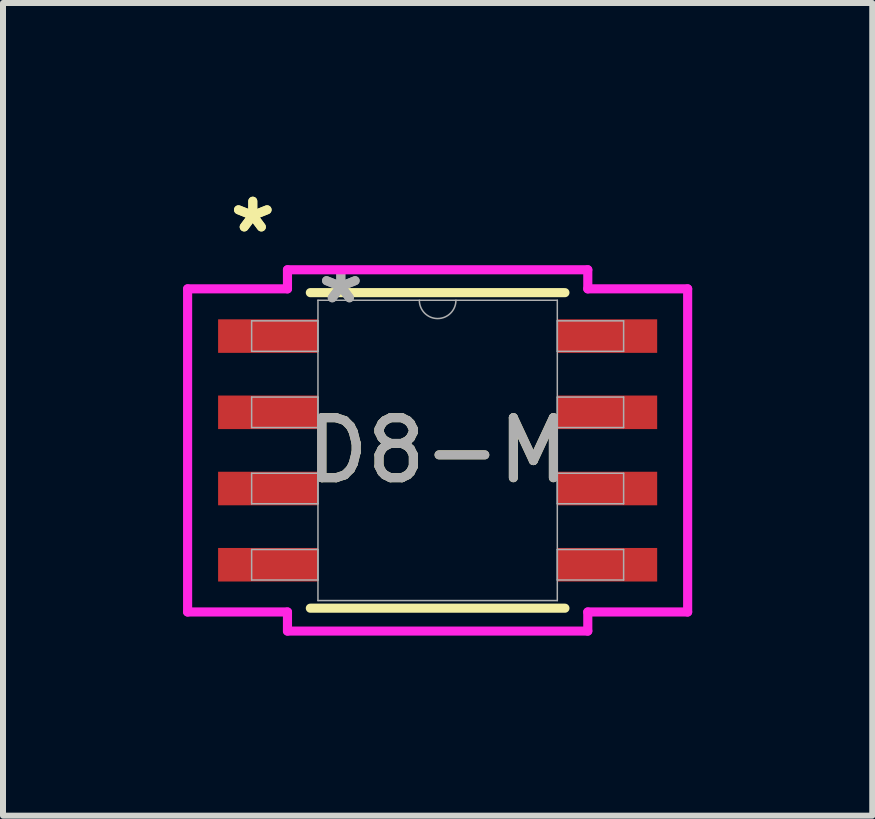
<source format=kicad_pcb>
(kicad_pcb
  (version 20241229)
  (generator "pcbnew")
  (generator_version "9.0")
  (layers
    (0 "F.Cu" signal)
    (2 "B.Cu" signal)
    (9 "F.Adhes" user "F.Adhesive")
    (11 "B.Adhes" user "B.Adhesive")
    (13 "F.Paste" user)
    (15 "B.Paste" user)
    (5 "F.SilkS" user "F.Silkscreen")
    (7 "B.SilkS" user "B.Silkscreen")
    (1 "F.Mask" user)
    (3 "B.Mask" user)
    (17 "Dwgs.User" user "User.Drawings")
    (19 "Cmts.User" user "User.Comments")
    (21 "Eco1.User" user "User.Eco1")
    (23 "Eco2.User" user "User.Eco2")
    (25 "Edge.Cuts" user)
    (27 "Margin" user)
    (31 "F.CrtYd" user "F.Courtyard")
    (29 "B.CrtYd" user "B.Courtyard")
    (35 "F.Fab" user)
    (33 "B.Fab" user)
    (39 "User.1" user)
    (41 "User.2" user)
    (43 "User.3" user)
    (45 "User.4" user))
  (footprint "D8-M"
    (layer "F.Cu")
    (at 4.242 4.455)
    (property "Reference" "D8-M" (at 0 0 0) (unlocked yes) (layer "F.SilkS") (effects (font (size 1 1) (thickness 0.15))))
    (attr smd)
    (fp_line (start -2.121 2.629) (end 2.121 2.629) (stroke (width 0.152) (type solid)) (layer "F.SilkS"))
    (fp_line (start 2.121 -2.629) (end -2.121 -2.629) (stroke (width 0.152) (type solid)) (layer "F.SilkS"))
    (fp_line (start -4.166 -2.692) (end -2.502 -2.692) (stroke (width 0.152) (type solid)) (layer "F.CrtYd"))
    (fp_line (start -4.166 2.692) (end -4.166 -2.692) (stroke (width 0.152) (type solid)) (layer "F.CrtYd"))
    (fp_line (start -4.166 2.692) (end -2.502 2.692) (stroke (width 0.152) (type solid)) (layer "F.CrtYd"))
    (fp_line (start -2.502 -3.01) (end 2.502 -3.01) (stroke (width 0.152) (type solid)) (layer "F.CrtYd"))
    (fp_line (start -2.502 -2.692) (end -2.502 -3.01) (stroke (width 0.152) (type solid)) (layer "F.CrtYd"))
    (fp_line (start -2.502 3.01) (end -2.502 2.692) (stroke (width 0.152) (type solid)) (layer "F.CrtYd"))
    (fp_line (start 2.502 -3.01) (end 2.502 -2.692) (stroke (width 0.152) (type solid)) (layer "F.CrtYd"))
    (fp_line (start 2.502 2.692) (end 2.502 3.01) (stroke (width 0.152) (type solid)) (layer "F.CrtYd"))
    (fp_line (start 2.502 3.01) (end -2.502 3.01) (stroke (width 0.152) (type solid)) (layer "F.CrtYd"))
    (fp_line (start 4.166 -2.692) (end 2.502 -2.692) (stroke (width 0.152) (type solid)) (layer "F.CrtYd"))
    (fp_line (start 4.166 -2.692) (end 4.166 2.692) (stroke (width 0.152) (type solid)) (layer "F.CrtYd"))
    (fp_line (start 4.166 2.692) (end 2.502 2.692) (stroke (width 0.152) (type solid)) (layer "F.CrtYd"))
    (fp_line (start -3.099 -2.159) (end -3.099 -1.651) (stroke (width 0.025) (type solid)) (layer "F.Fab"))
    (fp_line (start -3.099 -1.651) (end -1.994 -1.651) (stroke (width 0.025) (type solid)) (layer "F.Fab"))
    (fp_line (start -3.099 -0.889) (end -3.099 -0.381) (stroke (width 0.025) (type solid)) (layer "F.Fab"))
    (fp_line (start -3.099 -0.381) (end -1.994 -0.381) (stroke (width 0.025) (type solid)) (layer "F.Fab"))
    (fp_line (start -3.099 0.381) (end -3.099 0.889) (stroke (width 0.025) (type solid)) (layer "F.Fab"))
    (fp_line (start -3.099 0.889) (end -1.994 0.889) (stroke (width 0.025) (type solid)) (layer "F.Fab"))
    (fp_line (start -3.099 1.651) (end -3.099 2.159) (stroke (width 0.025) (type solid)) (layer "F.Fab"))
    (fp_line (start -3.099 2.159) (end -1.994 2.159) (stroke (width 0.025) (type solid)) (layer "F.Fab"))
    (fp_line (start -1.994 -2.502) (end -1.994 2.502) (stroke (width 0.025) (type solid)) (layer "F.Fab"))
    (fp_line (start -1.994 -2.159) (end -3.099 -2.159) (stroke (width 0.025) (type solid)) (layer "F.Fab"))
    (fp_line (start -1.994 -1.651) (end -1.994 -2.159) (stroke (width 0.025) (type solid)) (layer "F.Fab"))
    (fp_line (start -1.994 -0.889) (end -3.099 -0.889) (stroke (width 0.025) (type solid)) (layer "F.Fab"))
    (fp_line (start -1.994 -0.381) (end -1.994 -0.889) (stroke (width 0.025) (type solid)) (layer "F.Fab"))
    (fp_line (start -1.994 0.381) (end -3.099 0.381) (stroke (width 0.025) (type solid)) (layer "F.Fab"))
    (fp_line (start -1.994 0.889) (end -1.994 0.381) (stroke (width 0.025) (type solid)) (layer "F.Fab"))
    (fp_line (start -1.994 1.651) (end -3.099 1.651) (stroke (width 0.025) (type solid)) (layer "F.Fab"))
    (fp_line (start -1.994 2.159) (end -1.994 1.651) (stroke (width 0.025) (type solid)) (layer "F.Fab"))
    (fp_line (start -1.994 2.502) (end 1.994 2.502) (stroke (width 0.025) (type solid)) (layer "F.Fab"))
    (fp_line (start 1.994 -2.502) (end -1.994 -2.502) (stroke (width 0.025) (type solid)) (layer "F.Fab"))
    (fp_line (start 1.994 -2.159) (end 1.994 -1.651) (stroke (width 0.025) (type solid)) (layer "F.Fab"))
    (fp_line (start 1.994 -1.651) (end 3.099 -1.651) (stroke (width 0.025) (type solid)) (layer "F.Fab"))
    (fp_line (start 1.994 -0.889) (end 1.994 -0.381) (stroke (width 0.025) (type solid)) (layer "F.Fab"))
    (fp_line (start 1.994 -0.381) (end 3.099 -0.381) (stroke (width 0.025) (type solid)) (layer "F.Fab"))
    (fp_line (start 1.994 0.381) (end 1.994 0.889) (stroke (width 0.025) (type solid)) (layer "F.Fab"))
    (fp_line (start 1.994 0.889) (end 3.099 0.889) (stroke (width 0.025) (type solid)) (layer "F.Fab"))
    (fp_line (start 1.994 1.651) (end 1.994 2.159) (stroke (width 0.025) (type solid)) (layer "F.Fab"))
    (fp_line (start 1.994 2.159) (end 3.099 2.159) (stroke (width 0.025) (type solid)) (layer "F.Fab"))
    (fp_line (start 1.994 2.502) (end 1.994 -2.502) (stroke (width 0.025) (type solid)) (layer "F.Fab"))
    (fp_line (start 3.099 -2.159) (end 1.994 -2.159) (stroke (width 0.025) (type solid)) (layer "F.Fab"))
    (fp_line (start 3.099 -1.651) (end 3.099 -2.159) (stroke (width 0.025) (type solid)) (layer "F.Fab"))
    (fp_line (start 3.099 -0.889) (end 1.994 -0.889) (stroke (width 0.025) (type solid)) (layer "F.Fab"))
    (fp_line (start 3.099 -0.381) (end 3.099 -0.889) (stroke (width 0.025) (type solid)) (layer "F.Fab"))
    (fp_line (start 3.099 0.381) (end 1.994 0.381) (stroke (width 0.025) (type solid)) (layer "F.Fab"))
    (fp_line (start 3.099 0.889) (end 3.099 0.381) (stroke (width 0.025) (type solid)) (layer "F.Fab"))
    (fp_line (start 3.099 1.651) (end 1.994 1.651) (stroke (width 0.025) (type solid)) (layer "F.Fab"))
    (fp_line (start 3.099 2.159) (end 3.099 1.651) (stroke (width 0.025) (type solid)) (layer "F.Fab"))
    (fp_arc (start 0.3048 -2.5019) (mid 0 -2.1971) (end -0.3048 -2.5019) (stroke (width 0.0254) (type solid)) (layer "F.Fab"))
    (fp_text user "*" (at -3.08 -3.607 0) (layer "F.SilkS") (effects (font (size 1 1) (thickness 0.15))))
    (fp_text user "*" (at -3.08 -3.607 0) (unlocked yes) (layer "F.SilkS") (effects (font (size 1 1) (thickness 0.15))))
    (fp_text user "${REFERENCE}" (at 0 0 0) (unlocked yes) (layer "F.Fab") (effects (font (size 1 1) (thickness 0.15))))
    (fp_text user "*" (at -1.613 -2.426 0) (layer "F.Fab") (effects (font (size 1 1) (thickness 0.15))))
    (fp_text user "*" (at -1.613 -2.426 0) (unlocked yes) (layer "F.Fab") (effects (font (size 1 1) (thickness 0.15))))
    (pad "1" smd rect (at -2.826 -1.905) (size 1.664 0.559) (layers "F.Cu" "F.Mask" "F.Paste"))
    (pad "2" smd rect (at -2.826 -0.635) (size 1.664 0.559) (layers "F.Cu" "F.Mask" "F.Paste"))
    (pad "3" smd rect (at -2.826 0.635) (size 1.664 0.559) (layers "F.Cu" "F.Mask" "F.Paste"))
    (pad "4" smd rect (at -2.826 1.905) (size 1.664 0.559) (layers "F.Cu" "F.Mask" "F.Paste"))
    (pad "5" smd rect (at 2.826 1.905) (size 1.664 0.559) (layers "F.Cu" "F.Mask" "F.Paste"))
    (pad "6" smd rect (at 2.826 0.635) (size 1.664 0.559) (layers "F.Cu" "F.Mask" "F.Paste"))
    (pad "7" smd rect (at 2.826 -0.635) (size 1.664 0.559) (layers "F.Cu" "F.Mask" "F.Paste"))
    (pad "8" smd rect (at 2.826 -1.905) (size 1.664 0.559) (layers "F.Cu" "F.Mask" "F.Paste")))
  (gr_rect
    (start -3 -3)
    (end 11.484 10.541)
    (stroke (width 0.1) (type default))
    (fill no)
    (layer "Edge.Cuts")))
</source>
